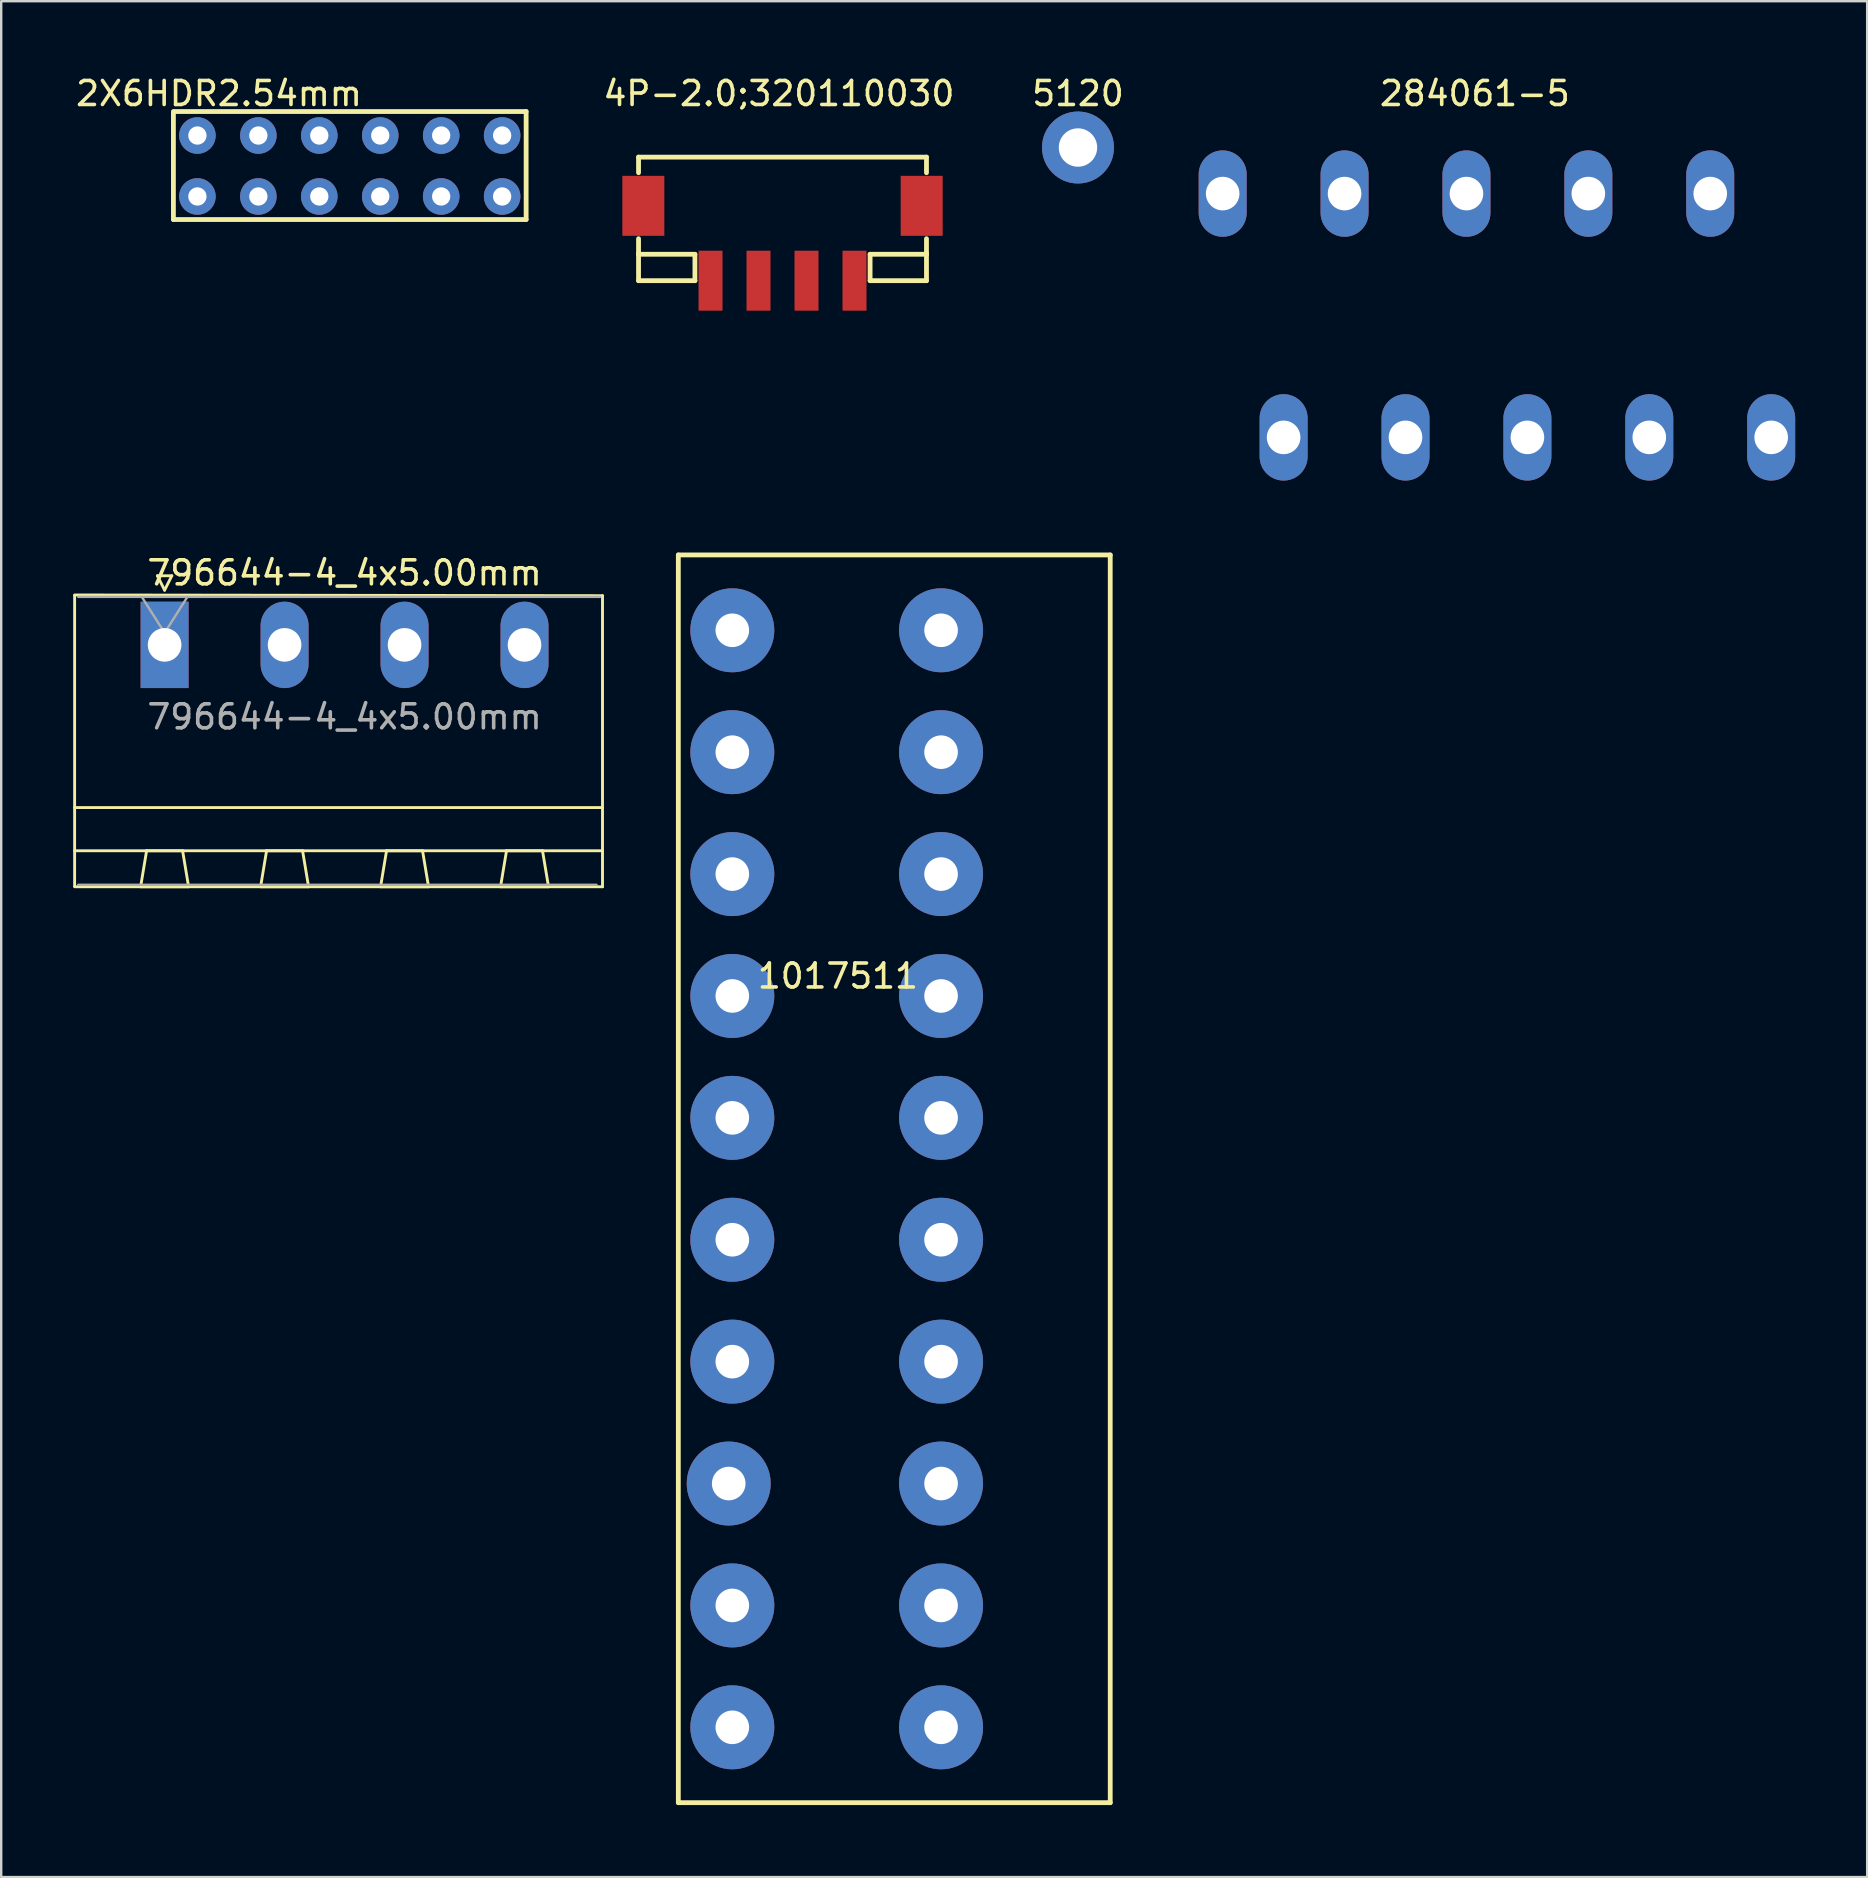
<source format=kicad_pcb>
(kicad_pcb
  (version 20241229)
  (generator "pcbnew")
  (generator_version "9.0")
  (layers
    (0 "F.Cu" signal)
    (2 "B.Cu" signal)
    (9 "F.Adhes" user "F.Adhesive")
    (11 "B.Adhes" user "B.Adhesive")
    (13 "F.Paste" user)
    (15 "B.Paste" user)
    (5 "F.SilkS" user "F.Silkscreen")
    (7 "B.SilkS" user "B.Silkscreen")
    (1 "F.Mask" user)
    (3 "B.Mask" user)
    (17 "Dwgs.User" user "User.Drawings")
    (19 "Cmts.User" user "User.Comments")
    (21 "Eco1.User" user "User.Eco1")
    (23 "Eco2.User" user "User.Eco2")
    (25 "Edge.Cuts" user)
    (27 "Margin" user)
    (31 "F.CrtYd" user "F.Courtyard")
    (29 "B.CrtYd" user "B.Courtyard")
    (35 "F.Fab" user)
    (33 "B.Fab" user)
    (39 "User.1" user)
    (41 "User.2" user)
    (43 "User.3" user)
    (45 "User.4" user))
  (footprint "2X6HDR2.54mm"
    (layer "F.Cu")
    (at 5.177 2.598)
    (property "Reference" "2X6HDR2.54mm" (at 0.9 -1.75 0) (layer "F.SilkS") (effects (font (size 1 1) (thickness 0.15))))
    (attr through_hole)
    (fp_line (start -1 -1) (end -1 3.5) (stroke (width 0.2) (type solid)) (layer "F.SilkS"))
    (fp_line (start -1 3.5) (end 13.7 3.5) (stroke (width 0.2) (type solid)) (layer "F.SilkS"))
    (fp_line (start 13.7 -1) (end -0.95 -1) (stroke (width 0.2) (type solid)) (layer "F.SilkS"))
    (fp_line (start 13.7 3.5) (end 13.7 -1) (stroke (width 0.2) (type solid)) (layer "F.SilkS"))
    (pad "1" thru_hole circle (at 0 0) (size 1.524 1.524) (drill 0.762) (layers "*.Cu" "*.Mask"))
    (pad "2" thru_hole circle (at 2.54 0) (size 1.524 1.524) (drill 0.762) (layers "*.Cu" "*.Mask"))
    (pad "3" thru_hole circle (at 5.08 0) (size 1.524 1.524) (drill 0.762) (layers "*.Cu" "*.Mask"))
    (pad "4" thru_hole circle (at 7.62 0) (size 1.524 1.524) (drill 0.762) (layers "*.Cu" "*.Mask"))
    (pad "5" thru_hole circle (at 10.16 0) (size 1.524 1.524) (drill 0.762) (layers "*.Cu" "*.Mask"))
    (pad "6" thru_hole circle (at 12.7 0) (size 1.524 1.524) (drill 0.762) (layers "*.Cu" "*.Mask"))
    (pad "7" thru_hole circle (at 0 2.54) (size 1.524 1.524) (drill 0.762) (layers "*.Cu" "*.Mask"))
    (pad "8" thru_hole circle (at 2.54 2.54) (size 1.524 1.524) (drill 0.762) (layers "*.Cu" "*.Mask"))
    (pad "9" thru_hole circle (at 5.08 2.54) (size 1.524 1.524) (drill 0.762) (layers "*.Cu" "*.Mask"))
    (pad "10" thru_hole circle (at 7.62 2.54) (size 1.524 1.524) (drill 0.762) (layers "*.Cu" "*.Mask"))
    (pad "11" thru_hole circle (at 10.16 2.54) (size 1.524 1.524) (drill 0.762) (layers "*.Cu" "*.Mask"))
    (pad "12" thru_hole circle (at 12.7 2.54) (size 1.524 1.524) (drill 0.762) (layers "*.Cu" "*.Mask")))
  (footprint "1017511"
    (layer "F.Cu")
    (at 31.82 46.078)
    (property "Reference" "1017511" (at 0.05 -8.45 0) (layer "F.SilkS") (effects (font (size 1 1) (thickness 0.15))))
    (attr through_hole)
    (fp_line (start -6.6 -26) (end -6.6 26) (stroke (width 0.2) (type solid)) (layer "F.SilkS"))
    (fp_line (start 11.4 -26) (end -6.6 -26) (stroke (width 0.2) (type solid)) (layer "F.SilkS"))
    (fp_line (start 11.4 -26) (end 11.4 26) (stroke (width 0.2) (type solid)) (layer "F.SilkS"))
    (fp_line (start 11.4 26) (end -6.6 26) (stroke (width 0.2) (type solid)) (layer "F.SilkS"))
    (pad "1" thru_hole circle (at -4.35 -22.86) (size 3.5 3.5) (drill 1.4) (layers "*.Cu" "*.Mask"))
    (pad "1" thru_hole circle (at 4.35 -22.86) (size 3.5 3.5) (drill 1.4) (layers "*.Cu" "*.Mask"))
    (pad "2" thru_hole circle (at -4.35 -17.78) (size 3.5 3.5) (drill 1.4) (layers "*.Cu" "*.Mask"))
    (pad "2" thru_hole circle (at 4.35 -17.78) (size 3.5 3.5) (drill 1.4) (layers "*.Cu" "*.Mask"))
    (pad "3" thru_hole circle (at -4.35 -12.7) (size 3.5 3.5) (drill 1.4) (layers "*.Cu" "*.Mask"))
    (pad "3" thru_hole circle (at 4.35 -12.7) (size 3.5 3.5) (drill 1.4) (layers "*.Cu" "*.Mask"))
    (pad "4" thru_hole circle (at -4.35 -7.62) (size 3.5 3.5) (drill 1.4) (layers "*.Cu" "*.Mask"))
    (pad "4" thru_hole circle (at 4.35 -7.62) (size 3.5 3.5) (drill 1.4) (layers "*.Cu" "*.Mask"))
    (pad "5" thru_hole circle (at -4.35 -2.54) (size 3.5 3.5) (drill 1.4) (layers "*.Cu" "*.Mask"))
    (pad "5" thru_hole circle (at 4.35 -2.54) (size 3.5 3.5) (drill 1.4) (layers "*.Cu" "*.Mask"))
    (pad "6" thru_hole circle (at -4.35 2.54) (size 3.5 3.5) (drill 1.4) (layers "*.Cu" "*.Mask"))
    (pad "6" thru_hole circle (at 4.35 2.54) (size 3.5 3.5) (drill 1.4) (layers "*.Cu" "*.Mask"))
    (pad "7" thru_hole circle (at -4.35 7.62) (size 3.5 3.5) (drill 1.4) (layers "*.Cu" "*.Mask"))
    (pad "7" thru_hole circle (at 4.35 7.62) (size 3.5 3.5) (drill 1.4) (layers "*.Cu" "*.Mask"))
    (pad "8" thru_hole circle (at -4.5 12.7) (size 3.5 3.5) (drill 1.4) (layers "*.Cu" "*.Mask"))
    (pad "8" thru_hole circle (at 4.35 12.7) (size 3.5 3.5) (drill 1.4) (layers "*.Cu" "*.Mask"))
    (pad "9" thru_hole circle (at -4.35 17.78) (size 3.5 3.5) (drill 1.4) (layers "*.Cu" "*.Mask"))
    (pad "9" thru_hole circle (at 4.35 17.78) (size 3.5 3.5) (drill 1.4) (layers "*.Cu" "*.Mask"))
    (pad "10" thru_hole circle (at -4.35 22.86) (size 3.5 3.5) (drill 1.4) (layers "*.Cu" "*.Mask"))
    (pad "10" thru_hole circle (at 4.35 22.86) (size 3.5 3.5) (drill 1.4) (layers "*.Cu" "*.Mask")))
  (footprint "4P-2.0;320110030"
    (layer "F.Cu")
    (at 29.562 8.648)
    (property "Reference" "4P-2.0;320110030" (at -0.15 -7.8 0) (layer "F.SilkS") (effects (font (size 1 1) (thickness 0.15))))
    (attr through_hole)
    (fp_line (start -6 -5.15) (end 6 -5.15) (stroke (width 0.2) (type solid)) (layer "F.SilkS"))
    (fp_line (start -6 -4.5) (end -6 -5.15) (stroke (width 0.2) (type solid)) (layer "F.SilkS"))
    (fp_line (start -6 -1.1) (end -6 -1.75) (stroke (width 0.2) (type solid)) (layer "F.SilkS"))
    (fp_line (start -6 0) (end -6 -1.15) (stroke (width 0.2) (type solid)) (layer "F.SilkS"))
    (fp_line (start -3.65 -1.1) (end -6 -1.1) (stroke (width 0.2) (type solid)) (layer "F.SilkS"))
    (fp_line (start -3.65 0) (end -6 0) (stroke (width 0.2) (type solid)) (layer "F.SilkS"))
    (fp_line (start -3.65 0) (end -3.65 -1.1) (stroke (width 0.2) (type solid)) (layer "F.SilkS"))
    (fp_line (start 3.65 -1.1) (end 6 -1.1) (stroke (width 0.2) (type solid)) (layer "F.SilkS"))
    (fp_line (start 3.65 0) (end 3.65 -1.1) (stroke (width 0.2) (type solid)) (layer "F.SilkS"))
    (fp_line (start 3.65 0) (end 6 0) (stroke (width 0.2) (type solid)) (layer "F.SilkS"))
    (fp_line (start 6 -4.5) (end 6 -5.15) (stroke (width 0.2) (type solid)) (layer "F.SilkS"))
    (fp_line (start 6 -1.1) (end 6 -1.75) (stroke (width 0.2) (type solid)) (layer "F.SilkS"))
    (fp_line (start 6 0) (end 6 -1.15) (stroke (width 0.2) (type solid)) (layer "F.SilkS"))
    (pad "1" smd rect (at -3 0) (size 1 2.5) (layers "F.Cu" "F.Mask" "F.Paste"))
    (pad "2" smd rect (at -1 0) (size 1 2.5) (layers "F.Cu" "F.Mask" "F.Paste"))
    (pad "3" smd rect (at 1 0) (size 1 2.5) (layers "F.Cu" "F.Mask" "F.Paste"))
    (pad "4" smd rect (at 3 0) (size 1 2.5) (layers "F.Cu" "F.Mask" "F.Paste"))
    (pad "SH" smd rect (at -5.8 -3.12) (size 1.75 2.5) (layers "F.Cu" "F.Mask" "F.Paste"))
    (pad "SH" smd rect (at 5.8 -3.12) (size 1.75 2.5) (layers "F.Cu" "F.Mask" "F.Paste")))
  (footprint "796644-4_4x5.00mm"
    (layer "F.Cu")
    (at 3.81 23.826)
    (property "Reference" "796644-4_4x5.00mm" (at 7.5 -3 0) (layer "F.SilkS") (effects (font (size 1 1) (thickness 0.15))))
    (attr through_hole)
    (fp_line (start -3.75 6.78) (end 18.25 6.78) (stroke (width 0.12) (type solid)) (layer "F.SilkS"))
    (fp_line (start -3.75 10.05) (end -3.75 -2.05) (stroke (width 0.12) (type solid)) (layer "F.SilkS"))
    (fp_line (start -3.75 10.08) (end 18.25 10.08) (stroke (width 0.12) (type solid)) (layer "F.SilkS"))
    (fp_line (start -1 10.08) (end 1 10.08) (stroke (width 0.12) (type solid)) (layer "F.SilkS"))
    (fp_line (start -0.75 8.58) (end -1 10.08) (stroke (width 0.12) (type solid)) (layer "F.SilkS"))
    (fp_line (start -0.3 -2.88) (end 0.3 -2.88) (stroke (width 0.12) (type solid)) (layer "F.SilkS"))
    (fp_line (start 0 -2.28) (end -0.3 -2.88) (stroke (width 0.12) (type solid)) (layer "F.SilkS"))
    (fp_line (start 0.3 -2.88) (end 0 -2.28) (stroke (width 0.12) (type solid)) (layer "F.SilkS"))
    (fp_line (start 0.75 8.58) (end -0.75 8.58) (stroke (width 0.12) (type solid)) (layer "F.SilkS"))
    (fp_line (start 1 10.08) (end 0.75 8.58) (stroke (width 0.12) (type solid)) (layer "F.SilkS"))
    (fp_line (start 4 10.08) (end 6 10.08) (stroke (width 0.12) (type solid)) (layer "F.SilkS"))
    (fp_line (start 4.25 8.58) (end 4 10.08) (stroke (width 0.12) (type solid)) (layer "F.SilkS"))
    (fp_line (start 5.75 8.58) (end 4.25 8.58) (stroke (width 0.12) (type solid)) (layer "F.SilkS"))
    (fp_line (start 6 10.08) (end 5.75 8.58) (stroke (width 0.12) (type solid)) (layer "F.SilkS"))
    (fp_line (start 9 10.08) (end 11 10.08) (stroke (width 0.12) (type solid)) (layer "F.SilkS"))
    (fp_line (start 9.25 8.58) (end 9 10.08) (stroke (width 0.12) (type solid)) (layer "F.SilkS"))
    (fp_line (start 10.75 8.58) (end 9.25 8.58) (stroke (width 0.12) (type solid)) (layer "F.SilkS"))
    (fp_line (start 11 10.08) (end 10.75 8.58) (stroke (width 0.12) (type solid)) (layer "F.SilkS"))
    (fp_line (start 14 10.08) (end 16 10.08) (stroke (width 0.12) (type solid)) (layer "F.SilkS"))
    (fp_line (start 14.25 8.58) (end 14 10.08) (stroke (width 0.12) (type solid)) (layer "F.SilkS"))
    (fp_line (start 15.75 8.58) (end 14.25 8.58) (stroke (width 0.12) (type solid)) (layer "F.SilkS"))
    (fp_line (start 16 10.08) (end 15.75 8.58) (stroke (width 0.12) (type solid)) (layer "F.SilkS"))
    (fp_line (start 18.25 -2.05) (end -3.75 -2.08) (stroke (width 0.12) (type solid)) (layer "F.SilkS"))
    (fp_line (start 18.25 8.58) (end -3.75 8.58) (stroke (width 0.12) (type solid)) (layer "F.SilkS"))
    (fp_line (start 18.25 10.08) (end 18.25 -2.05) (stroke (width 0.12) (type solid)) (layer "F.SilkS"))
    (fp_line (start -3.6 10) (end 18 10) (stroke (width 0.1) (type solid)) (layer "F.Fab"))
    (fp_line (start 0 -0.5) (end -0.95 -2) (stroke (width 0.1) (type solid)) (layer "F.Fab"))
    (fp_line (start 0.95 -2) (end 0 -0.5) (stroke (width 0.1) (type solid)) (layer "F.Fab"))
    (fp_line (start 18.15 -2) (end -3.6 -2) (stroke (width 0.1) (type solid)) (layer "F.Fab"))
    (fp_text user "${REFERENCE}" (at 7.5 3 0) (layer "F.Fab") (effects (font (size 1 1) (thickness 0.15))))
    (pad "1" thru_hole rect (at 0 0) (size 2 3.6) (drill 1.4) (layers "*.Cu" "*.Mask"))
    (pad "2" thru_hole oval (at 5 0) (size 2 3.6) (drill 1.4) (layers "*.Cu" "*.Mask"))
    (pad "3" thru_hole oval (at 10 0) (size 2 3.6) (drill 1.4) (layers "*.Cu" "*.Mask"))
    (pad "4" thru_hole oval (at 15 0) (size 2 3.6) (drill 1.4) (layers "*.Cu" "*.Mask")))
  (footprint "5120"
    (layer "F.Cu")
    (at 41.876 3.098)
    (property "Reference" "5120" (at 0 -2.25 0) (layer "F.SilkS") (effects (font (size 1 1) (thickness 0.15))))
    (attr through_hole)
    (pad "1" thru_hole circle (at 0 0) (size 3 3) (drill 1.6) (layers "*.Cu" "*.Mask")))
  (footprint "284061-5"
    (layer "F.Cu")
    (at 58.066 10.098)
    (property "Reference" "284061-5" (at 0.35 -9.25 0) (layer "F.SilkS") (effects (font (size 1 1) (thickness 0.15))))
    (attr through_hole)
    (pad "1" thru_hole oval (at -10.16 -5.08) (size 2 3.6) (drill 1.4) (layers "*.Cu" "*.Mask"))
    (pad "1" thru_hole oval (at -7.62 5.08) (size 2 3.6) (drill 1.4) (layers "*.Cu" "*.Mask"))
    (pad "1" thru_hole oval (at -5.08 -5.08) (size 2 3.6) (drill 1.4) (layers "*.Cu" "*.Mask"))
    (pad "1" thru_hole oval (at -2.54 5.08) (size 2 3.6) (drill 1.4) (layers "*.Cu" "*.Mask"))
    (pad "1" thru_hole oval (at 0 -5.08) (size 2 3.6) (drill 1.4) (layers "*.Cu" "*.Mask"))
    (pad "1" thru_hole oval (at 2.54 5.08) (size 2 3.6) (drill 1.4) (layers "*.Cu" "*.Mask"))
    (pad "1" thru_hole oval (at 5.08 -5.08) (size 2 3.6) (drill 1.4) (layers "*.Cu" "*.Mask"))
    (pad "1" thru_hole oval (at 7.62 5.08) (size 2 3.6) (drill 1.4) (layers "*.Cu" "*.Mask"))
    (pad "1" thru_hole oval (at 10.16 -5.08) (size 2 3.6) (drill 1.4) (layers "*.Cu" "*.Mask"))
    (pad "1" thru_hole oval (at 12.7 5.08) (size 2 3.6) (drill 1.4) (layers "*.Cu" "*.Mask")))
  (gr_rect
    (start -3 -3)
    (end 74.766 75.178)
    (stroke (width 0.1) (type default))
    (fill no)
    (layer "Edge.Cuts")))
</source>
